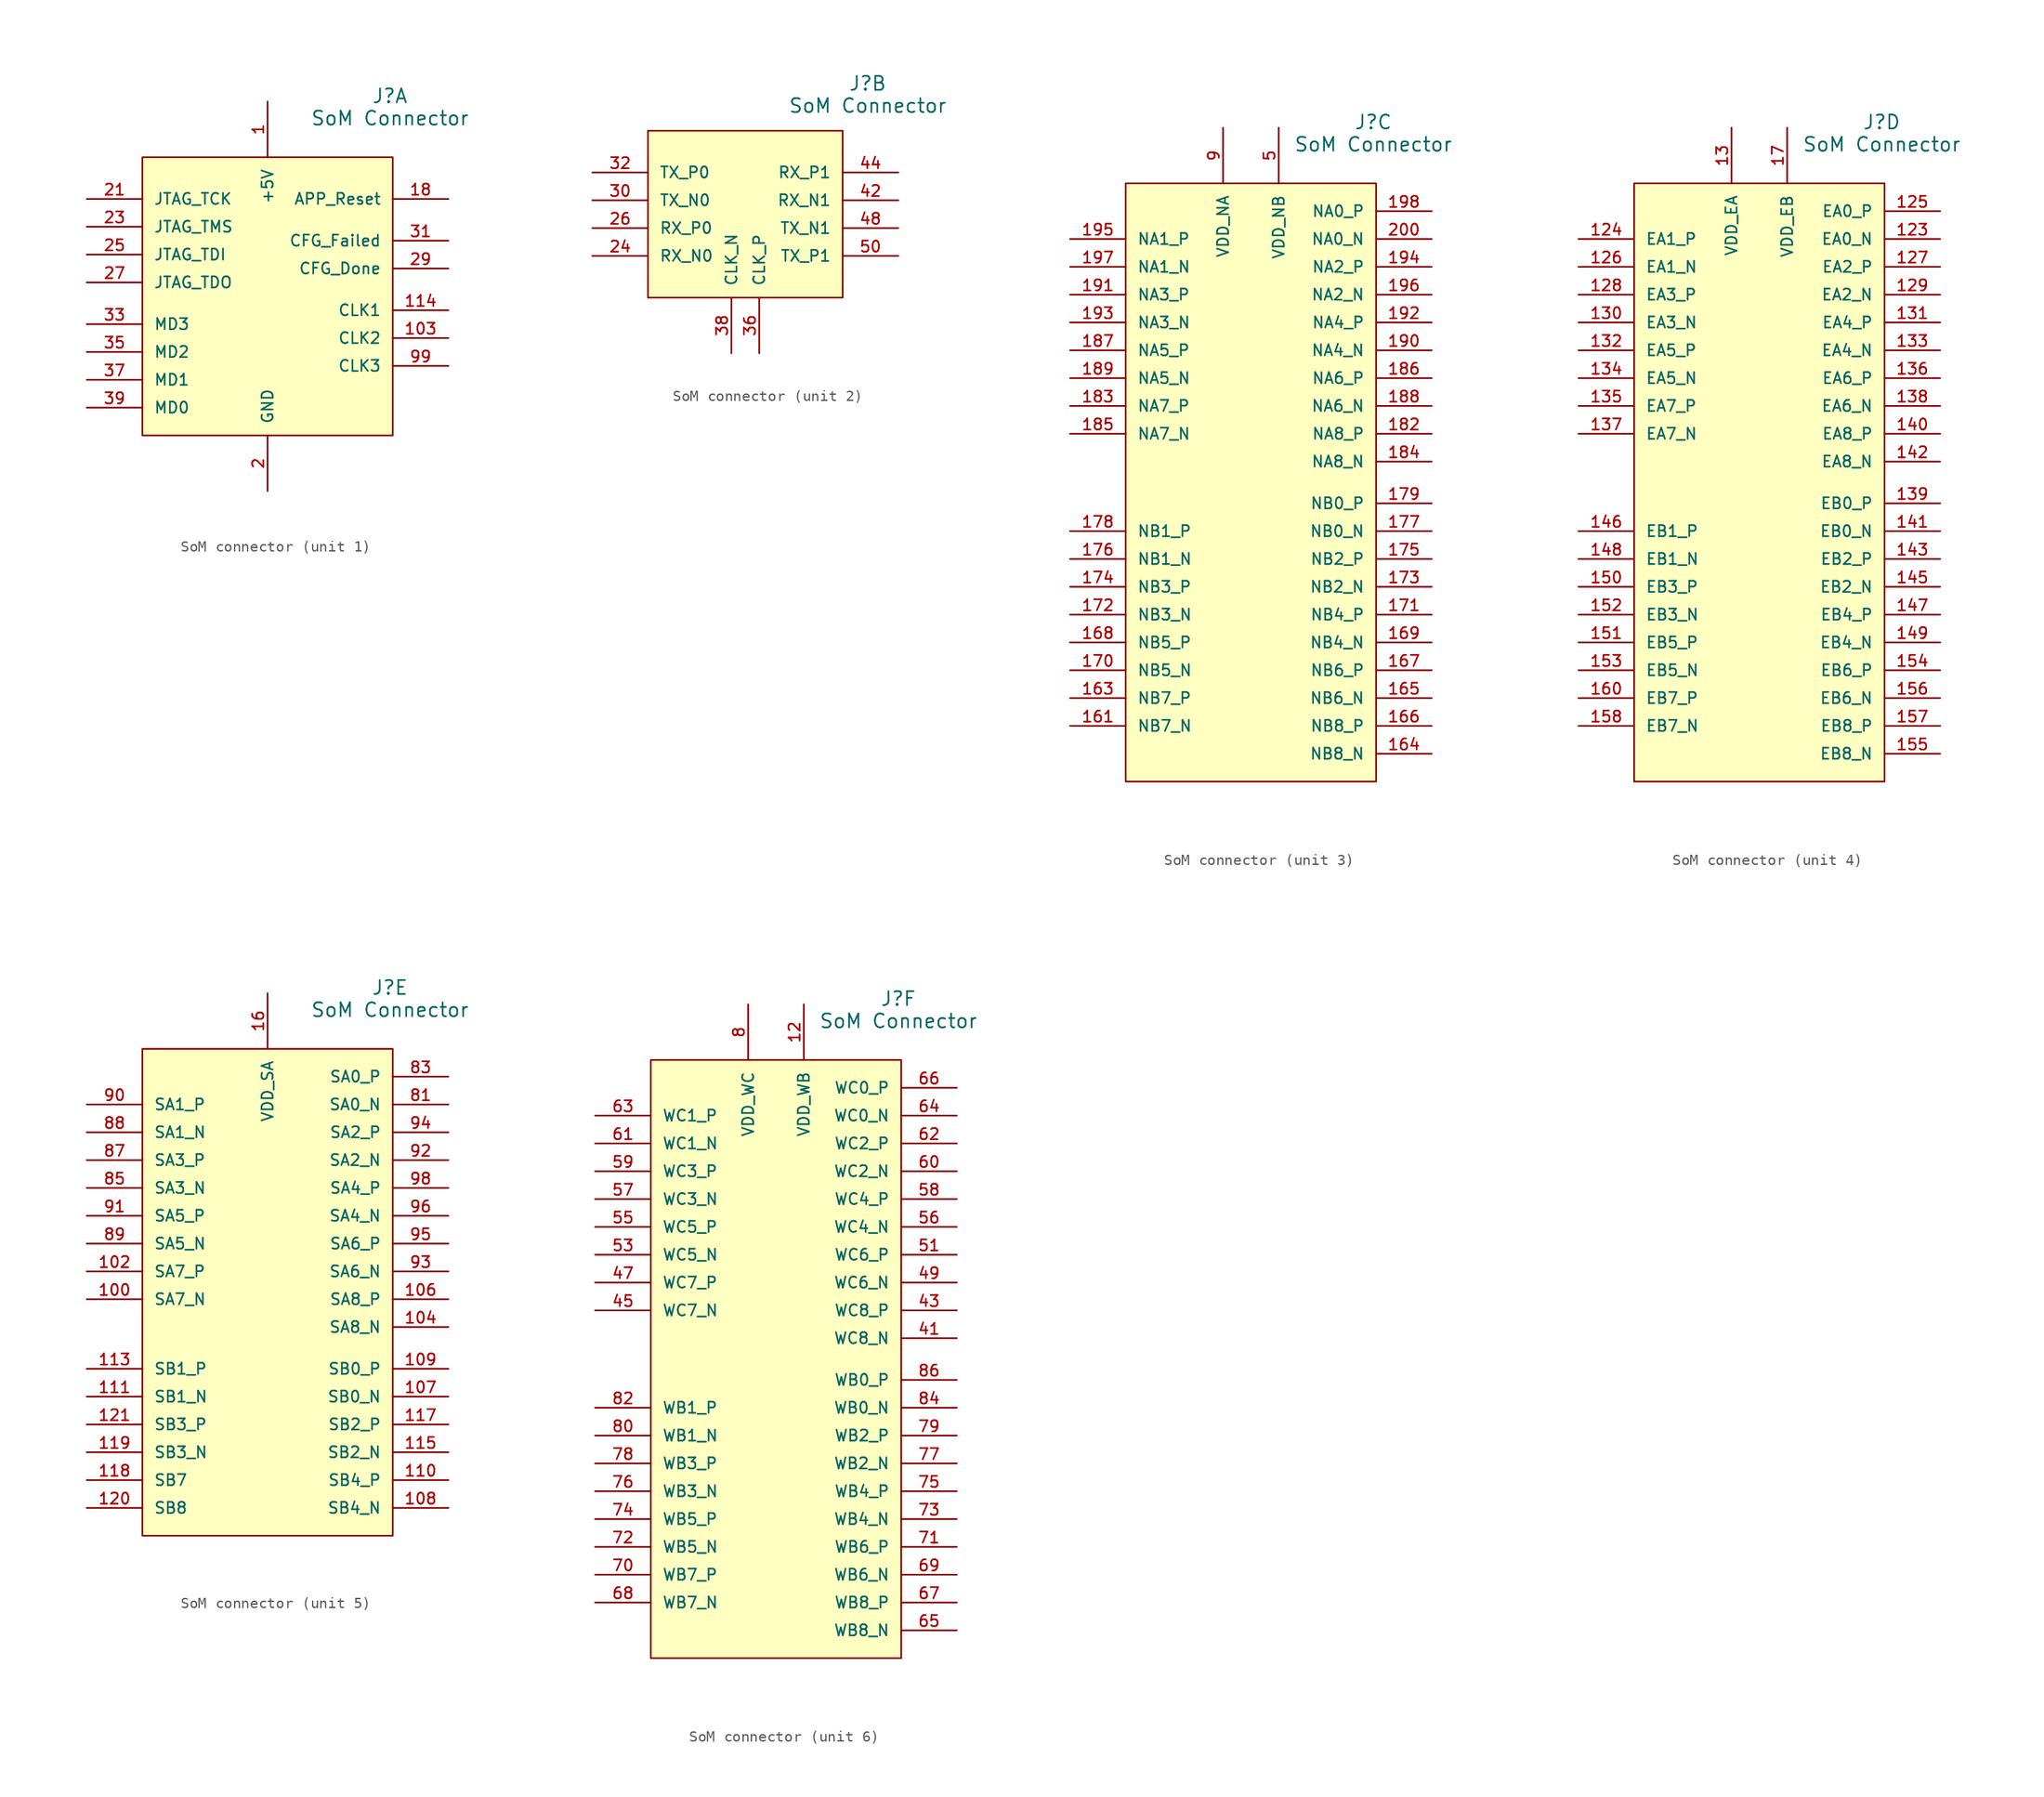
<source format=kicad_sym>
(kicad_symbol_lib
  (version 20241209)
  (generator "kicad_symbol_editor")
  (generator_version "9.0")
  (symbol "SoM connector"
    (pin_names
      (offset 1.016))
    (property "Reference" "J"
      (at 11.176 23.368 0)
      (effects (font (size 1.27 1.27))))
    (property "Value" "SoM Connector"
      (at 11.176 21.336 0)
      (effects (font (size 1.27 1.27))))
    (property "ki_locked" ""
      (at 0 0 0)
      (effects (font (size 1.27 1.27))))
    (symbol "SoM connector_1_0"
      (rectangle (start -11.43 17.78) (end 11.43 -7.62) (stroke (width 0.152) (type solid)) (fill (type background)))
      (pin passive line (at -16.51 13.97 0) (length 5.08) (name "JTAG_TCK" (effects (font (size 1.016 1.016)))) (number "21" (effects (font (size 1.016 1.016)))))
      (pin passive line (at -16.51 11.43 0) (length 5.08) (name "JTAG_TMS" (effects (font (size 1.016 1.016)))) (number "23" (effects (font (size 1.016 1.016)))))
      (pin passive line (at -16.51 8.89 0) (length 5.08) (name "JTAG_TDI" (effects (font (size 1.016 1.016)))) (number "25" (effects (font (size 1.016 1.016)))))
      (pin passive line (at -16.51 6.35 0) (length 5.08) (name "JTAG_TDO" (effects (font (size 1.016 1.016)))) (number "27" (effects (font (size 1.016 1.016)))))
      (pin passive line (at -16.51 2.54 0) (length 5.08) (name "MD3" (effects (font (size 1.016 1.016)))) (number "33" (effects (font (size 1.016 1.016)))))
      (pin passive line (at -16.51 0 0) (length 5.08) (name "MD2" (effects (font (size 1.016 1.016)))) (number "35" (effects (font (size 1.016 1.016)))))
      (pin passive line (at -16.51 -2.54 0) (length 5.08) (name "MD1" (effects (font (size 1.016 1.016)))) (number "37" (effects (font (size 1.016 1.016)))))
      (pin passive line (at -16.51 -5.08 0) (length 5.08) (name "MD0" (effects (font (size 1.016 1.016)))) (number "39" (effects (font (size 1.016 1.016)))))
      (pin power_in line (at 0 22.86 270) (length 5.08) (name "+5V" (effects (font (size 1.016 1.016)))) (number "1" (effects (font (size 1.016 1.016)))))
      (pin power_in line (at 0 22.86 270) (length 5.08) (hide yes) (name "+5V" (effects (font (size 1.016 1.016)))) (number "4" (effects (font (size 1.016 1.016)))))
      (pin passive line (at 0 -12.7 90) (length 5.08) (hide yes) (name "GND" (effects (font (size 1.016 1.016)))) (number "10" (effects (font (size 1.016 1.016)))))
      (pin passive line (at 0 -12.7 90) (length 5.08) (hide yes) (name "GND" (effects (font (size 1.016 1.016)))) (number "101" (effects (font (size 1.016 1.016)))))
      (pin passive line (at 0 -12.7 90) (length 5.08) (hide yes) (name "GND" (effects (font (size 1.016 1.016)))) (number "105" (effects (font (size 1.016 1.016)))))
      (pin passive line (at 0 -12.7 90) (length 5.08) (hide yes) (name "GND" (effects (font (size 1.016 1.016)))) (number "11" (effects (font (size 1.016 1.016)))))
      (pin passive line (at 0 -12.7 90) (length 5.08) (hide yes) (name "GND" (effects (font (size 1.016 1.016)))) (number "112" (effects (font (size 1.016 1.016)))))
      (pin passive line (at 0 -12.7 90) (length 5.08) (hide yes) (name "GND" (effects (font (size 1.016 1.016)))) (number "116" (effects (font (size 1.016 1.016)))))
      (pin passive line (at 0 -12.7 90) (length 5.08) (hide yes) (name "GND" (effects (font (size 1.016 1.016)))) (number "122" (effects (font (size 1.016 1.016)))))
      (pin passive line (at 0 -12.7 90) (length 5.08) (hide yes) (name "GND" (effects (font (size 1.016 1.016)))) (number "14" (effects (font (size 1.016 1.016)))))
      (pin passive line (at 0 -12.7 90) (length 5.08) (hide yes) (name "GND" (effects (font (size 1.016 1.016)))) (number "144" (effects (font (size 1.016 1.016)))))
      (pin passive line (at 0 -12.7 90) (length 5.08) (hide yes) (name "GND" (effects (font (size 1.016 1.016)))) (number "15" (effects (font (size 1.016 1.016)))))
      (pin passive line (at 0 -12.7 90) (length 5.08) (hide yes) (name "GND" (effects (font (size 1.016 1.016)))) (number "159" (effects (font (size 1.016 1.016)))))
      (pin passive line (at 0 -12.7 90) (length 5.08) (hide yes) (name "GND" (effects (font (size 1.016 1.016)))) (number "162" (effects (font (size 1.016 1.016)))))
      (pin passive line (at 0 -12.7 90) (length 5.08) (hide yes) (name "GND" (effects (font (size 1.016 1.016)))) (number "180" (effects (font (size 1.016 1.016)))))
      (pin passive line (at 0 -12.7 90) (length 5.08) (hide yes) (name "GND" (effects (font (size 1.016 1.016)))) (number "181" (effects (font (size 1.016 1.016)))))
      (pin passive line (at 0 -12.7 90) (length 5.08) (hide yes) (name "GND" (effects (font (size 1.016 1.016)))) (number "19" (effects (font (size 1.016 1.016)))))
      (pin passive line (at 0 -12.7 90) (length 5.08) (hide yes) (name "GND" (effects (font (size 1.016 1.016)))) (number "199" (effects (font (size 1.016 1.016)))))
      (pin passive line (at 0 -12.7 90) (length 5.08) (name "GND" (effects (font (size 1.016 1.016)))) (number "2" (effects (font (size 1.016 1.016)))))
      (pin passive line (at 0 -12.7 90) (length 5.08) (hide yes) (name "GND" (effects (font (size 1.016 1.016)))) (number "20" (effects (font (size 1.016 1.016)))))
      (pin passive line (at 0 -12.7 90) (length 5.08) (hide yes) (name "GND" (effects (font (size 1.016 1.016)))) (number "22" (effects (font (size 1.016 1.016)))))
      (pin passive line (at 0 -12.7 90) (length 5.08) (hide yes) (name "GND" (effects (font (size 1.016 1.016)))) (number "28" (effects (font (size 1.016 1.016)))))
      (pin passive line (at 0 -12.7 90) (length 5.08) (hide yes) (name "GND" (effects (font (size 1.016 1.016)))) (number "3" (effects (font (size 1.016 1.016)))))
      (pin passive line (at 0 -12.7 90) (length 5.08) (hide yes) (name "GND" (effects (font (size 1.016 1.016)))) (number "34" (effects (font (size 1.016 1.016)))))
      (pin passive line (at 0 -12.7 90) (length 5.08) (hide yes) (name "GND" (effects (font (size 1.016 1.016)))) (number "40" (effects (font (size 1.016 1.016)))))
      (pin passive line (at 0 -12.7 90) (length 5.08) (hide yes) (name "GND" (effects (font (size 1.016 1.016)))) (number "46" (effects (font (size 1.016 1.016)))))
      (pin passive line (at 0 -12.7 90) (length 5.08) (hide yes) (name "GND" (effects (font (size 1.016 1.016)))) (number "52" (effects (font (size 1.016 1.016)))))
      (pin passive line (at 0 -12.7 90) (length 5.08) (hide yes) (name "GND" (effects (font (size 1.016 1.016)))) (number "54" (effects (font (size 1.016 1.016)))))
      (pin passive line (at 0 -12.7 90) (length 5.08) (hide yes) (name "GND" (effects (font (size 1.016 1.016)))) (number "6" (effects (font (size 1.016 1.016)))))
      (pin passive line (at 0 -12.7 90) (length 5.08) (hide yes) (name "GND" (effects (font (size 1.016 1.016)))) (number "7" (effects (font (size 1.016 1.016)))))
      (pin passive line (at 0 -12.7 90) (length 5.08) (hide yes) (name "GND" (effects (font (size 1.016 1.016)))) (number "97" (effects (font (size 1.016 1.016)))))
      (pin passive line (at 0 -12.7 90) (length 5.08) (hide yes) (name "SHIELD" (effects (font (size 1.016 1.016)))) (number "S1" (effects (font (size 1.016 1.016)))))
      (pin passive line (at 0 -12.7 90) (length 5.08) (hide yes) (name "SHIELD__1" (effects (font (size 1.016 1.016)))) (number "S2" (effects (font (size 1.016 1.016)))))
      (pin passive line (at 16.51 13.97 180) (length 5.08) (name "APP_Reset" (effects (font (size 1.016 1.016)))) (number "18" (effects (font (size 1.016 1.016)))))
      (pin passive line (at 16.51 10.16 180) (length 5.08) (name "CFG_Failed" (effects (font (size 1.016 1.016)))) (number "31" (effects (font (size 1.016 1.016)))))
      (pin passive line (at 16.51 7.62 180) (length 5.08) (name "CFG_Done" (effects (font (size 1.016 1.016)))) (number "29" (effects (font (size 1.016 1.016)))))
      (pin passive line (at 16.51 3.81 180) (length 5.08) (name "CLK1" (effects (font (size 1.016 1.016)))) (number "114" (effects (font (size 1.016 1.016)))))
      (pin passive line (at 16.51 1.27 180) (length 5.08) (name "CLK2" (effects (font (size 1.016 1.016)))) (number "103" (effects (font (size 1.016 1.016)))))
      (pin passive line (at 16.51 -1.27 180) (length 5.08) (name "CLK3" (effects (font (size 1.016 1.016)))) (number "99" (effects (font (size 1.016 1.016))))))
    (symbol "SoM connector_2_0"
      (rectangle (start -8.89 19.05) (end 8.89 3.81) (stroke (width 0.152) (type solid)) (fill (type background)))
      (pin passive line (at -13.97 15.24 0) (length 5.08) (name "TX_P0" (effects (font (size 1.016 1.016)))) (number "32" (effects (font (size 1.016 1.016)))))
      (pin passive line (at -13.97 12.7 0) (length 5.08) (name "TX_N0" (effects (font (size 1.016 1.016)))) (number "30" (effects (font (size 1.016 1.016)))))
      (pin passive line (at -13.97 10.16 0) (length 5.08) (name "RX_P0" (effects (font (size 1.016 1.016)))) (number "26" (effects (font (size 1.016 1.016)))))
      (pin passive line (at -13.97 7.62 0) (length 5.08) (name "RX_N0" (effects (font (size 1.016 1.016)))) (number "24" (effects (font (size 1.016 1.016)))))
      (pin passive line (at -1.27 -1.27 90) (length 5.08) (name "CLK_N" (effects (font (size 1.016 1.016)))) (number "38" (effects (font (size 1.016 1.016)))))
      (pin passive line (at 1.27 -1.27 90) (length 5.08) (name "CLK_P" (effects (font (size 1.016 1.016)))) (number "36" (effects (font (size 1.016 1.016)))))
      (pin passive line (at 13.97 15.24 180) (length 5.08) (name "RX_P1" (effects (font (size 1.016 1.016)))) (number "44" (effects (font (size 1.016 1.016)))))
      (pin passive line (at 13.97 12.7 180) (length 5.08) (name "RX_N1" (effects (font (size 1.016 1.016)))) (number "42" (effects (font (size 1.016 1.016)))))
      (pin passive line (at 13.97 10.16 180) (length 5.08) (name "TX_N1" (effects (font (size 1.016 1.016)))) (number "48" (effects (font (size 1.016 1.016)))))
      (pin passive line (at 13.97 7.62 180) (length 5.08) (name "TX_P1" (effects (font (size 1.016 1.016)))) (number "50" (effects (font (size 1.016 1.016))))))
    (symbol "SoM connector_3_0"
      (rectangle (start -11.43 17.78) (end 11.43 -36.83) (stroke (width 0.152) (type solid)) (fill (type background)))
      (pin passive line (at -16.51 12.7 0) (length 5.08) (name "NA1_P" (effects (font (size 1.016 1.016)))) (number "195" (effects (font (size 1.016 1.016)))))
      (pin passive line (at -16.51 10.16 0) (length 5.08) (name "NA1_N" (effects (font (size 1.016 1.016)))) (number "197" (effects (font (size 1.016 1.016)))))
      (pin passive line (at -16.51 7.62 0) (length 5.08) (name "NA3_P" (effects (font (size 1.016 1.016)))) (number "191" (effects (font (size 1.016 1.016)))))
      (pin passive line (at -16.51 5.08 0) (length 5.08) (name "NA3_N" (effects (font (size 1.016 1.016)))) (number "193" (effects (font (size 1.016 1.016)))))
      (pin passive line (at -16.51 2.54 0) (length 5.08) (name "NA5_P" (effects (font (size 1.016 1.016)))) (number "187" (effects (font (size 1.016 1.016)))))
      (pin passive line (at -16.51 0 0) (length 5.08) (name "NA5_N" (effects (font (size 1.016 1.016)))) (number "189" (effects (font (size 1.016 1.016)))))
      (pin passive line (at -16.51 -2.54 0) (length 5.08) (name "NA7_P" (effects (font (size 1.016 1.016)))) (number "183" (effects (font (size 1.016 1.016)))))
      (pin passive line (at -16.51 -5.08 0) (length 5.08) (name "NA7_N" (effects (font (size 1.016 1.016)))) (number "185" (effects (font (size 1.016 1.016)))))
      (pin passive line (at -16.51 -13.97 0) (length 5.08) (name "NB1_P" (effects (font (size 1.016 1.016)))) (number "178" (effects (font (size 1.016 1.016)))))
      (pin passive line (at -16.51 -16.51 0) (length 5.08) (name "NB1_N" (effects (font (size 1.016 1.016)))) (number "176" (effects (font (size 1.016 1.016)))))
      (pin passive line (at -16.51 -19.05 0) (length 5.08) (name "NB3_P" (effects (font (size 1.016 1.016)))) (number "174" (effects (font (size 1.016 1.016)))))
      (pin passive line (at -16.51 -21.59 0) (length 5.08) (name "NB3_N" (effects (font (size 1.016 1.016)))) (number "172" (effects (font (size 1.016 1.016)))))
      (pin passive line (at -16.51 -24.13 0) (length 5.08) (name "NB5_P" (effects (font (size 1.016 1.016)))) (number "168" (effects (font (size 1.016 1.016)))))
      (pin passive line (at -16.51 -26.67 0) (length 5.08) (name "NB5_N" (effects (font (size 1.016 1.016)))) (number "170" (effects (font (size 1.016 1.016)))))
      (pin passive line (at -16.51 -29.21 0) (length 5.08) (name "NB7_P" (effects (font (size 1.016 1.016)))) (number "163" (effects (font (size 1.016 1.016)))))
      (pin passive line (at -16.51 -31.75 0) (length 5.08) (name "NB7_N" (effects (font (size 1.016 1.016)))) (number "161" (effects (font (size 1.016 1.016)))))
      (pin power_in line (at -2.54 22.86 270) (length 5.08) (name "VDD_NA" (effects (font (size 1.016 1.016)))) (number "9" (effects (font (size 1.016 1.016)))))
      (pin power_in line (at 2.54 22.86 270) (length 5.08) (name "VDD_NB" (effects (font (size 1.016 1.016)))) (number "5" (effects (font (size 1.016 1.016)))))
      (pin passive line (at 16.51 15.24 180) (length 5.08) (name "NA0_P" (effects (font (size 1.016 1.016)))) (number "198" (effects (font (size 1.016 1.016)))))
      (pin passive line (at 16.51 12.7 180) (length 5.08) (name "NA0_N" (effects (font (size 1.016 1.016)))) (number "200" (effects (font (size 1.016 1.016)))))
      (pin passive line (at 16.51 10.16 180) (length 5.08) (name "NA2_P" (effects (font (size 1.016 1.016)))) (number "194" (effects (font (size 1.016 1.016)))))
      (pin passive line (at 16.51 7.62 180) (length 5.08) (name "NA2_N" (effects (font (size 1.016 1.016)))) (number "196" (effects (font (size 1.016 1.016)))))
      (pin passive line (at 16.51 5.08 180) (length 5.08) (name "NA4_P" (effects (font (size 1.016 1.016)))) (number "192" (effects (font (size 1.016 1.016)))))
      (pin passive line (at 16.51 2.54 180) (length 5.08) (name "NA4_N" (effects (font (size 1.016 1.016)))) (number "190" (effects (font (size 1.016 1.016)))))
      (pin passive line (at 16.51 0 180) (length 5.08) (name "NA6_P" (effects (font (size 1.016 1.016)))) (number "186" (effects (font (size 1.016 1.016)))))
      (pin passive line (at 16.51 -2.54 180) (length 5.08) (name "NA6_N" (effects (font (size 1.016 1.016)))) (number "188" (effects (font (size 1.016 1.016)))))
      (pin passive line (at 16.51 -5.08 180) (length 5.08) (name "NA8_P" (effects (font (size 1.016 1.016)))) (number "182" (effects (font (size 1.016 1.016)))))
      (pin passive line (at 16.51 -7.62 180) (length 5.08) (name "NA8_N" (effects (font (size 1.016 1.016)))) (number "184" (effects (font (size 1.016 1.016)))))
      (pin passive line (at 16.51 -11.43 180) (length 5.08) (name "NB0_P" (effects (font (size 1.016 1.016)))) (number "179" (effects (font (size 1.016 1.016)))))
      (pin passive line (at 16.51 -13.97 180) (length 5.08) (name "NB0_N" (effects (font (size 1.016 1.016)))) (number "177" (effects (font (size 1.016 1.016)))))
      (pin passive line (at 16.51 -16.51 180) (length 5.08) (name "NB2_P" (effects (font (size 1.016 1.016)))) (number "175" (effects (font (size 1.016 1.016)))))
      (pin passive line (at 16.51 -19.05 180) (length 5.08) (name "NB2_N" (effects (font (size 1.016 1.016)))) (number "173" (effects (font (size 1.016 1.016)))))
      (pin passive line (at 16.51 -21.59 180) (length 5.08) (name "NB4_P" (effects (font (size 1.016 1.016)))) (number "171" (effects (font (size 1.016 1.016)))))
      (pin passive line (at 16.51 -24.13 180) (length 5.08) (name "NB4_N" (effects (font (size 1.016 1.016)))) (number "169" (effects (font (size 1.016 1.016)))))
      (pin passive line (at 16.51 -26.67 180) (length 5.08) (name "NB6_P" (effects (font (size 1.016 1.016)))) (number "167" (effects (font (size 1.016 1.016)))))
      (pin passive line (at 16.51 -29.21 180) (length 5.08) (name "NB6_N" (effects (font (size 1.016 1.016)))) (number "165" (effects (font (size 1.016 1.016)))))
      (pin passive line (at 16.51 -31.75 180) (length 5.08) (name "NB8_P" (effects (font (size 1.016 1.016)))) (number "166" (effects (font (size 1.016 1.016)))))
      (pin passive line (at 16.51 -34.29 180) (length 5.08) (name "NB8_N" (effects (font (size 1.016 1.016)))) (number "164" (effects (font (size 1.016 1.016))))))
    (symbol "SoM connector_4_0"
      (rectangle (start -11.43 17.78) (end 11.43 -36.83) (stroke (width 0.152) (type solid)) (fill (type background)))
      (pin passive line (at -16.51 12.7 0) (length 5.08) (name "EA1_P" (effects (font (size 1.016 1.016)))) (number "124" (effects (font (size 1.016 1.016)))))
      (pin passive line (at -16.51 10.16 0) (length 5.08) (name "EA1_N" (effects (font (size 1.016 1.016)))) (number "126" (effects (font (size 1.016 1.016)))))
      (pin passive line (at -16.51 7.62 0) (length 5.08) (name "EA3_P" (effects (font (size 1.016 1.016)))) (number "128" (effects (font (size 1.016 1.016)))))
      (pin passive line (at -16.51 5.08 0) (length 5.08) (name "EA3_N" (effects (font (size 1.016 1.016)))) (number "130" (effects (font (size 1.016 1.016)))))
      (pin passive line (at -16.51 2.54 0) (length 5.08) (name "EA5_P" (effects (font (size 1.016 1.016)))) (number "132" (effects (font (size 1.016 1.016)))))
      (pin passive line (at -16.51 0 0) (length 5.08) (name "EA5_N" (effects (font (size 1.016 1.016)))) (number "134" (effects (font (size 1.016 1.016)))))
      (pin passive line (at -16.51 -2.54 0) (length 5.08) (name "EA7_P" (effects (font (size 1.016 1.016)))) (number "135" (effects (font (size 1.016 1.016)))))
      (pin passive line (at -16.51 -5.08 0) (length 5.08) (name "EA7_N" (effects (font (size 1.016 1.016)))) (number "137" (effects (font (size 1.016 1.016)))))
      (pin passive line (at -16.51 -13.97 0) (length 5.08) (name "EB1_P" (effects (font (size 1.016 1.016)))) (number "146" (effects (font (size 1.016 1.016)))))
      (pin passive line (at -16.51 -16.51 0) (length 5.08) (name "EB1_N" (effects (font (size 1.016 1.016)))) (number "148" (effects (font (size 1.016 1.016)))))
      (pin passive line (at -16.51 -19.05 0) (length 5.08) (name "EB3_P" (effects (font (size 1.016 1.016)))) (number "150" (effects (font (size 1.016 1.016)))))
      (pin passive line (at -16.51 -21.59 0) (length 5.08) (name "EB3_N" (effects (font (size 1.016 1.016)))) (number "152" (effects (font (size 1.016 1.016)))))
      (pin passive line (at -16.51 -24.13 0) (length 5.08) (name "EB5_P" (effects (font (size 1.016 1.016)))) (number "151" (effects (font (size 1.016 1.016)))))
      (pin passive line (at -16.51 -26.67 0) (length 5.08) (name "EB5_N" (effects (font (size 1.016 1.016)))) (number "153" (effects (font (size 1.016 1.016)))))
      (pin passive line (at -16.51 -29.21 0) (length 5.08) (name "EB7_P" (effects (font (size 1.016 1.016)))) (number "160" (effects (font (size 1.016 1.016)))))
      (pin passive line (at -16.51 -31.75 0) (length 5.08) (name "EB7_N" (effects (font (size 1.016 1.016)))) (number "158" (effects (font (size 1.016 1.016)))))
      (pin power_in line (at -2.54 22.86 270) (length 5.08) (name "VDD_EA" (effects (font (size 1.016 1.016)))) (number "13" (effects (font (size 1.016 1.016)))))
      (pin power_in line (at 2.54 22.86 270) (length 5.08) (name "VDD_EB" (effects (font (size 1.016 1.016)))) (number "17" (effects (font (size 1.016 1.016)))))
      (pin passive line (at 16.51 15.24 180) (length 5.08) (name "EA0_P" (effects (font (size 1.016 1.016)))) (number "125" (effects (font (size 1.016 1.016)))))
      (pin passive line (at 16.51 12.7 180) (length 5.08) (name "EA0_N" (effects (font (size 1.016 1.016)))) (number "123" (effects (font (size 1.016 1.016)))))
      (pin passive line (at 16.51 10.16 180) (length 5.08) (name "EA2_P" (effects (font (size 1.016 1.016)))) (number "127" (effects (font (size 1.016 1.016)))))
      (pin passive line (at 16.51 7.62 180) (length 5.08) (name "EA2_N" (effects (font (size 1.016 1.016)))) (number "129" (effects (font (size 1.016 1.016)))))
      (pin passive line (at 16.51 5.08 180) (length 5.08) (name "EA4_P" (effects (font (size 1.016 1.016)))) (number "131" (effects (font (size 1.016 1.016)))))
      (pin passive line (at 16.51 2.54 180) (length 5.08) (name "EA4_N" (effects (font (size 1.016 1.016)))) (number "133" (effects (font (size 1.016 1.016)))))
      (pin passive line (at 16.51 0 180) (length 5.08) (name "EA6_P" (effects (font (size 1.016 1.016)))) (number "136" (effects (font (size 1.016 1.016)))))
      (pin passive line (at 16.51 -2.54 180) (length 5.08) (name "EA6_N" (effects (font (size 1.016 1.016)))) (number "138" (effects (font (size 1.016 1.016)))))
      (pin passive line (at 16.51 -5.08 180) (length 5.08) (name "EA8_P" (effects (font (size 1.016 1.016)))) (number "140" (effects (font (size 1.016 1.016)))))
      (pin passive line (at 16.51 -7.62 180) (length 5.08) (name "EA8_N" (effects (font (size 1.016 1.016)))) (number "142" (effects (font (size 1.016 1.016)))))
      (pin passive line (at 16.51 -11.43 180) (length 5.08) (name "EB0_P" (effects (font (size 1.016 1.016)))) (number "139" (effects (font (size 1.016 1.016)))))
      (pin passive line (at 16.51 -13.97 180) (length 5.08) (name "EB0_N" (effects (font (size 1.016 1.016)))) (number "141" (effects (font (size 1.016 1.016)))))
      (pin passive line (at 16.51 -16.51 180) (length 5.08) (name "EB2_P" (effects (font (size 1.016 1.016)))) (number "143" (effects (font (size 1.016 1.016)))))
      (pin passive line (at 16.51 -19.05 180) (length 5.08) (name "EB2_N" (effects (font (size 1.016 1.016)))) (number "145" (effects (font (size 1.016 1.016)))))
      (pin passive line (at 16.51 -21.59 180) (length 5.08) (name "EB4_P" (effects (font (size 1.016 1.016)))) (number "147" (effects (font (size 1.016 1.016)))))
      (pin passive line (at 16.51 -24.13 180) (length 5.08) (name "EB4_N" (effects (font (size 1.016 1.016)))) (number "149" (effects (font (size 1.016 1.016)))))
      (pin passive line (at 16.51 -26.67 180) (length 5.08) (name "EB6_P" (effects (font (size 1.016 1.016)))) (number "154" (effects (font (size 1.016 1.016)))))
      (pin passive line (at 16.51 -29.21 180) (length 5.08) (name "EB6_N" (effects (font (size 1.016 1.016)))) (number "156" (effects (font (size 1.016 1.016)))))
      (pin passive line (at 16.51 -31.75 180) (length 5.08) (name "EB8_P" (effects (font (size 1.016 1.016)))) (number "157" (effects (font (size 1.016 1.016)))))
      (pin passive line (at 16.51 -34.29 180) (length 5.08) (name "EB8_N" (effects (font (size 1.016 1.016)))) (number "155" (effects (font (size 1.016 1.016))))))
    (symbol "SoM connector_5_0"
      (rectangle (start -11.43 17.78) (end 11.43 -26.67) (stroke (width 0.152) (type solid)) (fill (type background)))
      (pin passive line (at -16.51 12.7 0) (length 5.08) (name "SA1_P" (effects (font (size 1.016 1.016)))) (number "90" (effects (font (size 1.016 1.016)))))
      (pin passive line (at -16.51 10.16 0) (length 5.08) (name "SA1_N" (effects (font (size 1.016 1.016)))) (number "88" (effects (font (size 1.016 1.016)))))
      (pin passive line (at -16.51 7.62 0) (length 5.08) (name "SA3_P" (effects (font (size 1.016 1.016)))) (number "87" (effects (font (size 1.016 1.016)))))
      (pin passive line (at -16.51 5.08 0) (length 5.08) (name "SA3_N" (effects (font (size 1.016 1.016)))) (number "85" (effects (font (size 1.016 1.016)))))
      (pin passive line (at -16.51 2.54 0) (length 5.08) (name "SA5_P" (effects (font (size 1.016 1.016)))) (number "91" (effects (font (size 1.016 1.016)))))
      (pin passive line (at -16.51 0 0) (length 5.08) (name "SA5_N" (effects (font (size 1.016 1.016)))) (number "89" (effects (font (size 1.016 1.016)))))
      (pin passive line (at -16.51 -2.54 0) (length 5.08) (name "SA7_P" (effects (font (size 1.016 1.016)))) (number "102" (effects (font (size 1.016 1.016)))))
      (pin passive line (at -16.51 -5.08 0) (length 5.08) (name "SA7_N" (effects (font (size 1.016 1.016)))) (number "100" (effects (font (size 1.016 1.016)))))
      (pin passive line (at -16.51 -11.43 0) (length 5.08) (name "SB1_P" (effects (font (size 1.016 1.016)))) (number "113" (effects (font (size 1.016 1.016)))))
      (pin passive line (at -16.51 -13.97 0) (length 5.08) (name "SB1_N" (effects (font (size 1.016 1.016)))) (number "111" (effects (font (size 1.016 1.016)))))
      (pin passive line (at -16.51 -16.51 0) (length 5.08) (name "SB3_P" (effects (font (size 1.016 1.016)))) (number "121" (effects (font (size 1.016 1.016)))))
      (pin passive line (at -16.51 -19.05 0) (length 5.08) (name "SB3_N" (effects (font (size 1.016 1.016)))) (number "119" (effects (font (size 1.016 1.016)))))
      (pin passive line (at -16.51 -21.59 0) (length 5.08) (name "SB7" (effects (font (size 1.016 1.016)))) (number "118" (effects (font (size 1.016 1.016)))))
      (pin passive line (at -16.51 -24.13 0) (length 5.08) (name "SB8" (effects (font (size 1.016 1.016)))) (number "120" (effects (font (size 1.016 1.016)))))
      (pin power_in line (at 0 22.86 270) (length 5.08) (name "VDD_SA" (effects (font (size 1.016 1.016)))) (number "16" (effects (font (size 1.016 1.016)))))
      (pin passive line (at 16.51 15.24 180) (length 5.08) (name "SA0_P" (effects (font (size 1.016 1.016)))) (number "83" (effects (font (size 1.016 1.016)))))
      (pin passive line (at 16.51 12.7 180) (length 5.08) (name "SA0_N" (effects (font (size 1.016 1.016)))) (number "81" (effects (font (size 1.016 1.016)))))
      (pin passive line (at 16.51 10.16 180) (length 5.08) (name "SA2_P" (effects (font (size 1.016 1.016)))) (number "94" (effects (font (size 1.016 1.016)))))
      (pin passive line (at 16.51 7.62 180) (length 5.08) (name "SA2_N" (effects (font (size 1.016 1.016)))) (number "92" (effects (font (size 1.016 1.016)))))
      (pin passive line (at 16.51 5.08 180) (length 5.08) (name "SA4_P" (effects (font (size 1.016 1.016)))) (number "98" (effects (font (size 1.016 1.016)))))
      (pin passive line (at 16.51 2.54 180) (length 5.08) (name "SA4_N" (effects (font (size 1.016 1.016)))) (number "96" (effects (font (size 1.016 1.016)))))
      (pin passive line (at 16.51 0 180) (length 5.08) (name "SA6_P" (effects (font (size 1.016 1.016)))) (number "95" (effects (font (size 1.016 1.016)))))
      (pin passive line (at 16.51 -2.54 180) (length 5.08) (name "SA6_N" (effects (font (size 1.016 1.016)))) (number "93" (effects (font (size 1.016 1.016)))))
      (pin passive line (at 16.51 -5.08 180) (length 5.08) (name "SA8_P" (effects (font (size 1.016 1.016)))) (number "106" (effects (font (size 1.016 1.016)))))
      (pin passive line (at 16.51 -7.62 180) (length 5.08) (name "SA8_N" (effects (font (size 1.016 1.016)))) (number "104" (effects (font (size 1.016 1.016)))))
      (pin passive line (at 16.51 -11.43 180) (length 5.08) (name "SB0_P" (effects (font (size 1.016 1.016)))) (number "109" (effects (font (size 1.016 1.016)))))
      (pin passive line (at 16.51 -13.97 180) (length 5.08) (name "SB0_N" (effects (font (size 1.016 1.016)))) (number "107" (effects (font (size 1.016 1.016)))))
      (pin passive line (at 16.51 -16.51 180) (length 5.08) (name "SB2_P" (effects (font (size 1.016 1.016)))) (number "117" (effects (font (size 1.016 1.016)))))
      (pin passive line (at 16.51 -19.05 180) (length 5.08) (name "SB2_N" (effects (font (size 1.016 1.016)))) (number "115" (effects (font (size 1.016 1.016)))))
      (pin passive line (at 16.51 -21.59 180) (length 5.08) (name "SB4_P" (effects (font (size 1.016 1.016)))) (number "110" (effects (font (size 1.016 1.016)))))
      (pin passive line (at 16.51 -24.13 180) (length 5.08) (name "SB4_N" (effects (font (size 1.016 1.016)))) (number "108" (effects (font (size 1.016 1.016))))))
    (symbol "SoM connector_6_0"
      (rectangle (start -11.43 17.78) (end 11.43 -36.83) (stroke (width 0.152) (type solid)) (fill (type background)))
      (pin passive line (at -16.51 12.7 0) (length 5.08) (name "WC1_P" (effects (font (size 1.016 1.016)))) (number "63" (effects (font (size 1.016 1.016)))))
      (pin passive line (at -16.51 10.16 0) (length 5.08) (name "WC1_N" (effects (font (size 1.016 1.016)))) (number "61" (effects (font (size 1.016 1.016)))))
      (pin passive line (at -16.51 7.62 0) (length 5.08) (name "WC3_P" (effects (font (size 1.016 1.016)))) (number "59" (effects (font (size 1.016 1.016)))))
      (pin passive line (at -16.51 5.08 0) (length 5.08) (name "WC3_N" (effects (font (size 1.016 1.016)))) (number "57" (effects (font (size 1.016 1.016)))))
      (pin passive line (at -16.51 2.54 0) (length 5.08) (name "WC5_P" (effects (font (size 1.016 1.016)))) (number "55" (effects (font (size 1.016 1.016)))))
      (pin passive line (at -16.51 0 0) (length 5.08) (name "WC5_N" (effects (font (size 1.016 1.016)))) (number "53" (effects (font (size 1.016 1.016)))))
      (pin passive line (at -16.51 -2.54 0) (length 5.08) (name "WC7_P" (effects (font (size 1.016 1.016)))) (number "47" (effects (font (size 1.016 1.016)))))
      (pin passive line (at -16.51 -5.08 0) (length 5.08) (name "WC7_N" (effects (font (size 1.016 1.016)))) (number "45" (effects (font (size 1.016 1.016)))))
      (pin passive line (at -16.51 -13.97 0) (length 5.08) (name "WB1_P" (effects (font (size 1.016 1.016)))) (number "82" (effects (font (size 1.016 1.016)))))
      (pin passive line (at -16.51 -16.51 0) (length 5.08) (name "WB1_N" (effects (font (size 1.016 1.016)))) (number "80" (effects (font (size 1.016 1.016)))))
      (pin passive line (at -16.51 -19.05 0) (length 5.08) (name "WB3_P" (effects (font (size 1.016 1.016)))) (number "78" (effects (font (size 1.016 1.016)))))
      (pin passive line (at -16.51 -21.59 0) (length 5.08) (name "WB3_N" (effects (font (size 1.016 1.016)))) (number "76" (effects (font (size 1.016 1.016)))))
      (pin passive line (at -16.51 -24.13 0) (length 5.08) (name "WB5_P" (effects (font (size 1.016 1.016)))) (number "74" (effects (font (size 1.016 1.016)))))
      (pin passive line (at -16.51 -26.67 0) (length 5.08) (name "WB5_N" (effects (font (size 1.016 1.016)))) (number "72" (effects (font (size 1.016 1.016)))))
      (pin passive line (at -16.51 -29.21 0) (length 5.08) (name "WB7_P" (effects (font (size 1.016 1.016)))) (number "70" (effects (font (size 1.016 1.016)))))
      (pin passive line (at -16.51 -31.75 0) (length 5.08) (name "WB7_N" (effects (font (size 1.016 1.016)))) (number "68" (effects (font (size 1.016 1.016)))))
      (pin power_in line (at -2.54 22.86 270) (length 5.08) (name "VDD_WC" (effects (font (size 1.016 1.016)))) (number "8" (effects (font (size 1.016 1.016)))))
      (pin power_in line (at 2.54 22.86 270) (length 5.08) (name "VDD_WB" (effects (font (size 1.016 1.016)))) (number "12" (effects (font (size 1.016 1.016)))))
      (pin passive line (at 16.51 15.24 180) (length 5.08) (name "WC0_P" (effects (font (size 1.016 1.016)))) (number "66" (effects (font (size 1.016 1.016)))))
      (pin passive line (at 16.51 12.7 180) (length 5.08) (name "WC0_N" (effects (font (size 1.016 1.016)))) (number "64" (effects (font (size 1.016 1.016)))))
      (pin passive line (at 16.51 10.16 180) (length 5.08) (name "WC2_P" (effects (font (size 1.016 1.016)))) (number "62" (effects (font (size 1.016 1.016)))))
      (pin passive line (at 16.51 7.62 180) (length 5.08) (name "WC2_N" (effects (font (size 1.016 1.016)))) (number "60" (effects (font (size 1.016 1.016)))))
      (pin passive line (at 16.51 5.08 180) (length 5.08) (name "WC4_P" (effects (font (size 1.016 1.016)))) (number "58" (effects (font (size 1.016 1.016)))))
      (pin passive line (at 16.51 2.54 180) (length 5.08) (name "WC4_N" (effects (font (size 1.016 1.016)))) (number "56" (effects (font (size 1.016 1.016)))))
      (pin passive line (at 16.51 0 180) (length 5.08) (name "WC6_P" (effects (font (size 1.016 1.016)))) (number "51" (effects (font (size 1.016 1.016)))))
      (pin passive line (at 16.51 -2.54 180) (length 5.08) (name "WC6_N" (effects (font (size 1.016 1.016)))) (number "49" (effects (font (size 1.016 1.016)))))
      (pin passive line (at 16.51 -5.08 180) (length 5.08) (name "WC8_P" (effects (font (size 1.016 1.016)))) (number "43" (effects (font (size 1.016 1.016)))))
      (pin passive line (at 16.51 -7.62 180) (length 5.08) (name "WC8_N" (effects (font (size 1.016 1.016)))) (number "41" (effects (font (size 1.016 1.016)))))
      (pin passive line (at 16.51 -11.43 180) (length 5.08) (name "WB0_P" (effects (font (size 1.016 1.016)))) (number "86" (effects (font (size 1.016 1.016)))))
      (pin passive line (at 16.51 -13.97 180) (length 5.08) (name "WB0_N" (effects (font (size 1.016 1.016)))) (number "84" (effects (font (size 1.016 1.016)))))
      (pin passive line (at 16.51 -16.51 180) (length 5.08) (name "WB2_P" (effects (font (size 1.016 1.016)))) (number "79" (effects (font (size 1.016 1.016)))))
      (pin passive line (at 16.51 -19.05 180) (length 5.08) (name "WB2_N" (effects (font (size 1.016 1.016)))) (number "77" (effects (font (size 1.016 1.016)))))
      (pin passive line (at 16.51 -21.59 180) (length 5.08) (name "WB4_P" (effects (font (size 1.016 1.016)))) (number "75" (effects (font (size 1.016 1.016)))))
      (pin passive line (at 16.51 -24.13 180) (length 5.08) (name "WB4_N" (effects (font (size 1.016 1.016)))) (number "73" (effects (font (size 1.016 1.016)))))
      (pin passive line (at 16.51 -26.67 180) (length 5.08) (name "WB6_P" (effects (font (size 1.016 1.016)))) (number "71" (effects (font (size 1.016 1.016)))))
      (pin passive line (at 16.51 -29.21 180) (length 5.08) (name "WB6_N" (effects (font (size 1.016 1.016)))) (number "69" (effects (font (size 1.016 1.016)))))
      (pin passive line (at 16.51 -31.75 180) (length 5.08) (name "WB8_P" (effects (font (size 1.016 1.016)))) (number "67" (effects (font (size 1.016 1.016)))))
      (pin passive line (at 16.51 -34.29 180) (length 5.08) (name "WB8_N" (effects (font (size 1.016 1.016)))) (number "65" (effects (font (size 1.016 1.016))))))))
</source>
